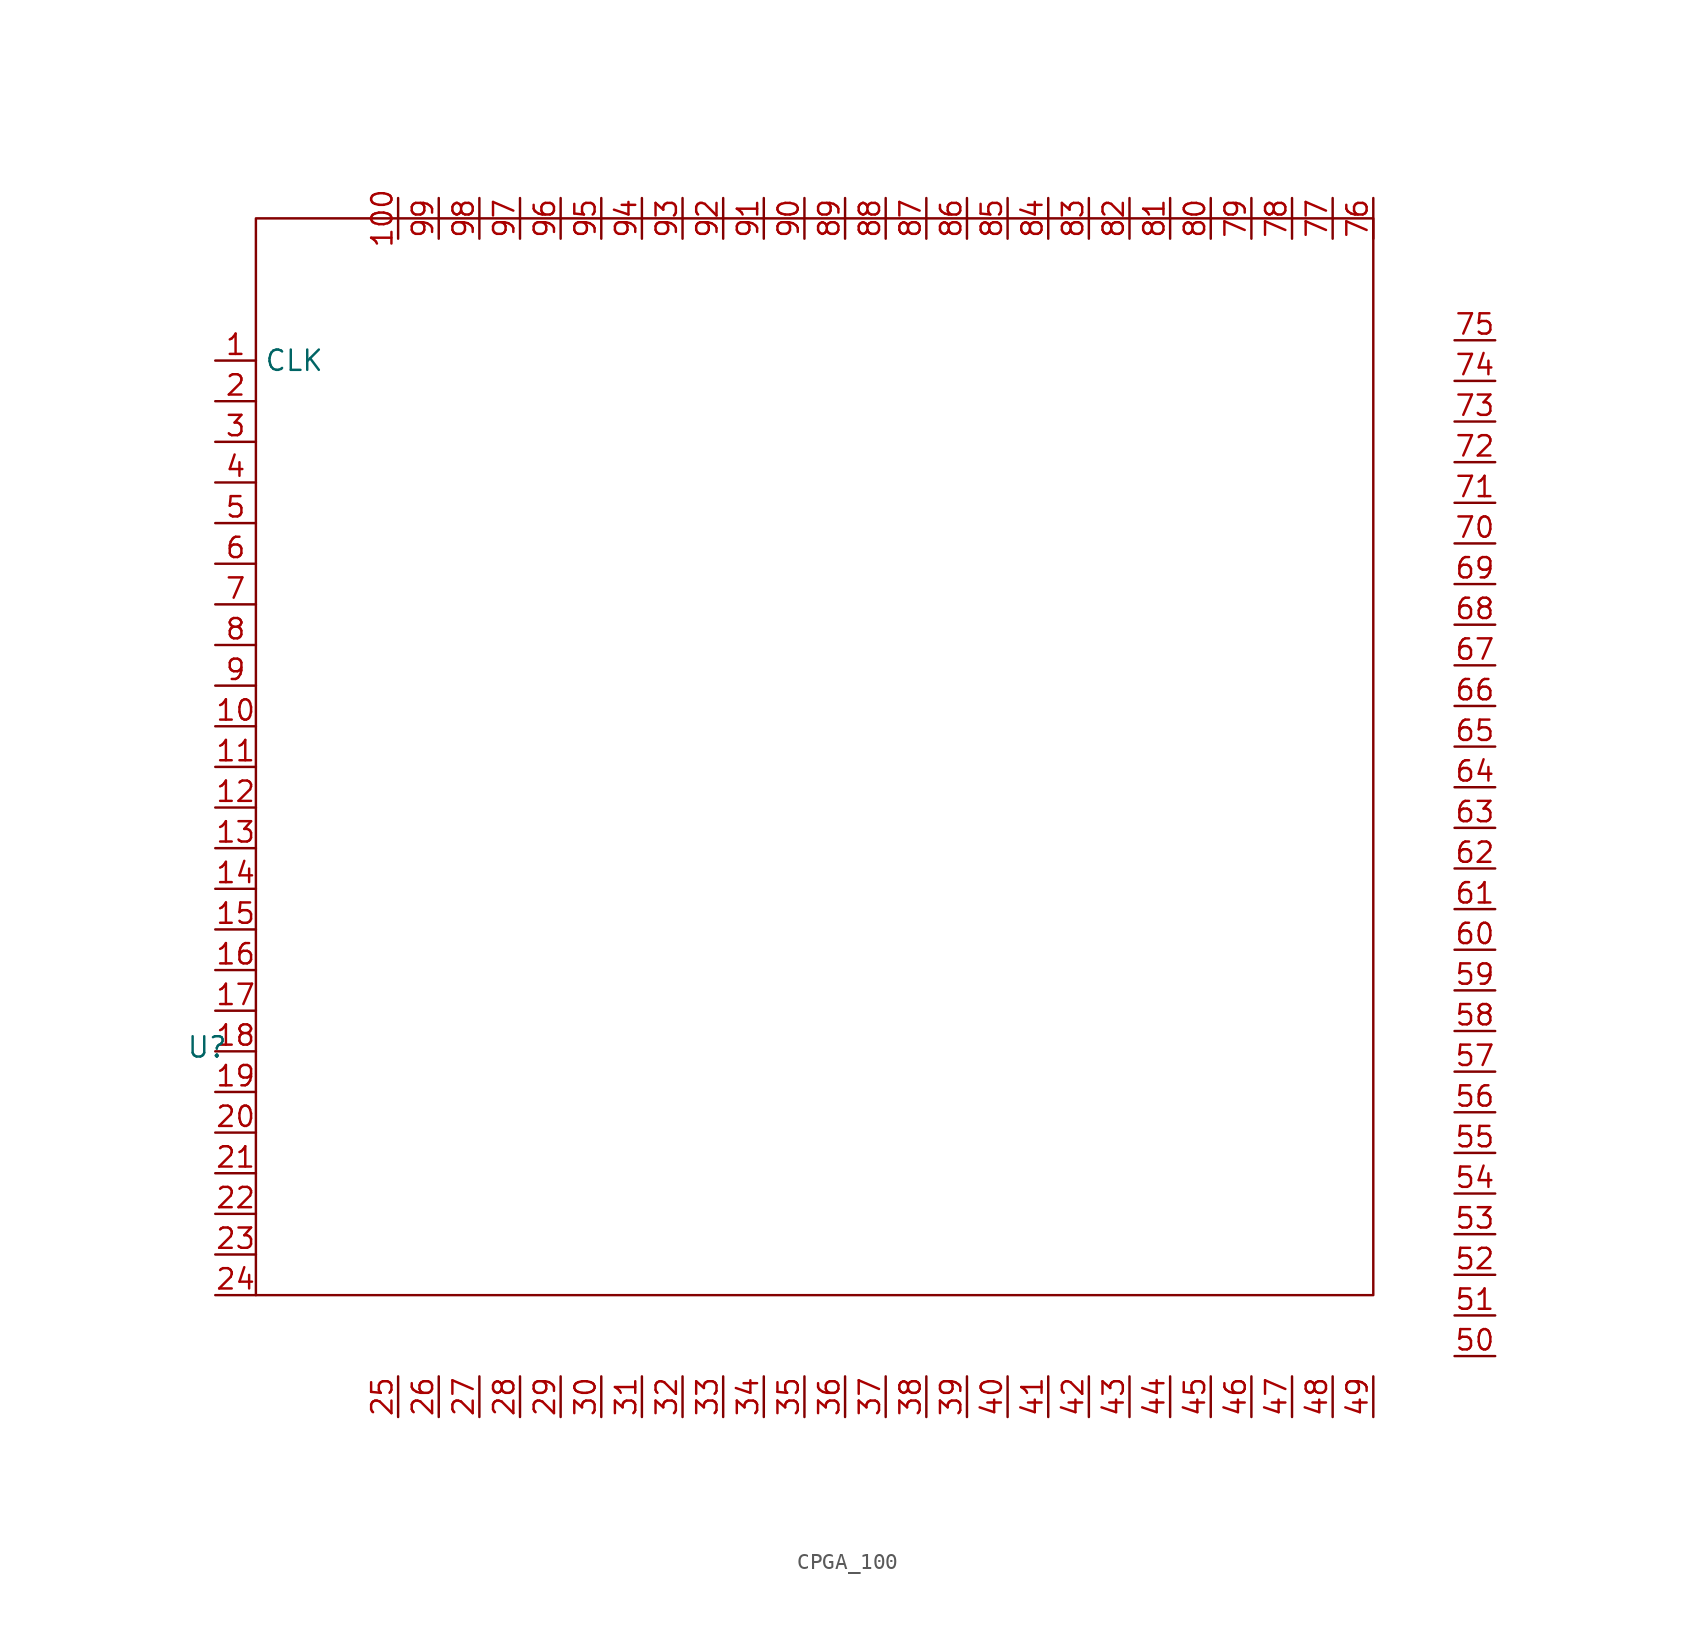
<source format=kicad_sym>
(kicad_symbol_lib
  (version 20241209)
  (generator "kicad_symbol_editor")
  (generator_version "9.0")
  (symbol "CPGA_100"
    (property "Reference" "U"
      (at -3.048 1.524 0)
      (effects (font (size 1.27 1.27))))
    (property "Value" ""
      (at 0 0 0)
      (effects (font (size 1.27 1.27))))
    (symbol "CPGA_100_0_1"
      (rectangle (start 0 53.34) (end 69.85 -13.97) (stroke (width 0) (type default)) (fill (type none))))
    (symbol "CPGA_100_1_1"
      (pin input line (at -2.54 44.45 0) (length 2.54) (name "CLK" (effects (font (size 1.27 1.27)))) (number "1" (effects (font (size 1.27 1.27)))))
      (pin input line (at -2.54 41.91 0) (length 2.54) (name "" (effects (font (size 1.27 1.27)))) (number "2" (effects (font (size 1.27 1.27)))))
      (pin input line (at -2.54 39.37 0) (length 2.54) (name "" (effects (font (size 1.27 1.27)))) (number "3" (effects (font (size 1.27 1.27)))))
      (pin input line (at -2.54 36.83 0) (length 2.54) (name "" (effects (font (size 1.27 1.27)))) (number "4" (effects (font (size 1.27 1.27)))))
      (pin input line (at -2.54 34.29 0) (length 2.54) (name "" (effects (font (size 1.27 1.27)))) (number "5" (effects (font (size 1.27 1.27)))))
      (pin input line (at -2.54 31.75 0) (length 2.54) (name "" (effects (font (size 1.27 1.27)))) (number "6" (effects (font (size 1.27 1.27)))))
      (pin input line (at -2.54 29.21 0) (length 2.54) (name "" (effects (font (size 1.27 1.27)))) (number "7" (effects (font (size 1.27 1.27)))))
      (pin input line (at -2.54 26.67 0) (length 2.54) (name "" (effects (font (size 1.27 1.27)))) (number "8" (effects (font (size 1.27 1.27)))))
      (pin input line (at -2.54 24.13 0) (length 2.54) (name "" (effects (font (size 1.27 1.27)))) (number "9" (effects (font (size 1.27 1.27)))))
      (pin input line (at -2.54 21.59 0) (length 2.54) (name "" (effects (font (size 1.27 1.27)))) (number "10" (effects (font (size 1.27 1.27)))))
      (pin input line (at -2.54 19.05 0) (length 2.54) (name "" (effects (font (size 1.27 1.27)))) (number "11" (effects (font (size 1.27 1.27)))))
      (pin input line (at -2.54 16.51 0) (length 2.54) (name "" (effects (font (size 1.27 1.27)))) (number "12" (effects (font (size 1.27 1.27)))))
      (pin input line (at -2.54 13.97 0) (length 2.54) (name "" (effects (font (size 1.27 1.27)))) (number "13" (effects (font (size 1.27 1.27)))))
      (pin input line (at -2.54 11.43 0) (length 2.54) (name "" (effects (font (size 1.27 1.27)))) (number "14" (effects (font (size 1.27 1.27)))))
      (pin input line (at -2.54 8.89 0) (length 2.54) (name "" (effects (font (size 1.27 1.27)))) (number "15" (effects (font (size 1.27 1.27)))))
      (pin input line (at -2.54 6.35 0) (length 2.54) (name "" (effects (font (size 1.27 1.27)))) (number "16" (effects (font (size 1.27 1.27)))))
      (pin input line (at -2.54 3.81 0) (length 2.54) (name "" (effects (font (size 1.27 1.27)))) (number "17" (effects (font (size 1.27 1.27)))))
      (pin input line (at -2.54 1.27 0) (length 2.54) (name "" (effects (font (size 1.27 1.27)))) (number "18" (effects (font (size 1.27 1.27)))))
      (pin input line (at -2.54 -1.27 0) (length 2.54) (name "" (effects (font (size 1.27 1.27)))) (number "19" (effects (font (size 1.27 1.27)))))
      (pin input line (at -2.54 -3.81 0) (length 2.54) (name "" (effects (font (size 1.27 1.27)))) (number "20" (effects (font (size 1.27 1.27)))))
      (pin input line (at -2.54 -6.35 0) (length 2.54) (name "" (effects (font (size 1.27 1.27)))) (number "21" (effects (font (size 1.27 1.27)))))
      (pin input line (at -2.54 -8.89 0) (length 2.54) (name "" (effects (font (size 1.27 1.27)))) (number "22" (effects (font (size 1.27 1.27)))))
      (pin input line (at -2.54 -11.43 0) (length 2.54) (name "" (effects (font (size 1.27 1.27)))) (number "23" (effects (font (size 1.27 1.27)))))
      (pin input line (at -2.54 -13.97 0) (length 2.54) (name "" (effects (font (size 1.27 1.27)))) (number "24" (effects (font (size 1.27 1.27)))))
      (pin input line (at 8.89 54.61 270) (length 2.54) (name "" (effects (font (size 1.27 1.27)))) (number "100" (effects (font (size 1.27 1.27)))))
      (pin input line (at 8.89 -21.59 90) (length 2.54) (name "" (effects (font (size 1.27 1.27)))) (number "25" (effects (font (size 1.27 1.27)))))
      (pin input line (at 11.43 54.61 270) (length 2.54) (name "" (effects (font (size 1.27 1.27)))) (number "99" (effects (font (size 1.27 1.27)))))
      (pin input line (at 11.43 -21.59 90) (length 2.54) (name "" (effects (font (size 1.27 1.27)))) (number "26" (effects (font (size 1.27 1.27)))))
      (pin input line (at 13.97 54.61 270) (length 2.54) (name "" (effects (font (size 1.27 1.27)))) (number "98" (effects (font (size 1.27 1.27)))))
      (pin input line (at 13.97 -21.59 90) (length 2.54) (name "" (effects (font (size 1.27 1.27)))) (number "27" (effects (font (size 1.27 1.27)))))
      (pin input line (at 16.51 54.61 270) (length 2.54) (name "" (effects (font (size 1.27 1.27)))) (number "97" (effects (font (size 1.27 1.27)))))
      (pin input line (at 16.51 -21.59 90) (length 2.54) (name "" (effects (font (size 1.27 1.27)))) (number "28" (effects (font (size 1.27 1.27)))))
      (pin input line (at 19.05 54.61 270) (length 2.54) (name "" (effects (font (size 1.27 1.27)))) (number "96" (effects (font (size 1.27 1.27)))))
      (pin input line (at 19.05 -21.59 90) (length 2.54) (name "" (effects (font (size 1.27 1.27)))) (number "29" (effects (font (size 1.27 1.27)))))
      (pin input line (at 21.59 54.61 270) (length 2.54) (name "" (effects (font (size 1.27 1.27)))) (number "95" (effects (font (size 1.27 1.27)))))
      (pin input line (at 21.59 -21.59 90) (length 2.54) (name "" (effects (font (size 1.27 1.27)))) (number "30" (effects (font (size 1.27 1.27)))))
      (pin input line (at 24.13 54.61 270) (length 2.54) (name "" (effects (font (size 1.27 1.27)))) (number "94" (effects (font (size 1.27 1.27)))))
      (pin input line (at 24.13 -21.59 90) (length 2.54) (name "" (effects (font (size 1.27 1.27)))) (number "31" (effects (font (size 1.27 1.27)))))
      (pin input line (at 26.67 54.61 270) (length 2.54) (name "" (effects (font (size 1.27 1.27)))) (number "93" (effects (font (size 1.27 1.27)))))
      (pin input line (at 26.67 -21.59 90) (length 2.54) (name "" (effects (font (size 1.27 1.27)))) (number "32" (effects (font (size 1.27 1.27)))))
      (pin input line (at 29.21 54.61 270) (length 2.54) (name "" (effects (font (size 1.27 1.27)))) (number "92" (effects (font (size 1.27 1.27)))))
      (pin input line (at 29.21 -21.59 90) (length 2.54) (name "" (effects (font (size 1.27 1.27)))) (number "33" (effects (font (size 1.27 1.27)))))
      (pin input line (at 31.75 54.61 270) (length 2.54) (name "" (effects (font (size 1.27 1.27)))) (number "91" (effects (font (size 1.27 1.27)))))
      (pin input line (at 31.75 -21.59 90) (length 2.54) (name "" (effects (font (size 1.27 1.27)))) (number "34" (effects (font (size 1.27 1.27)))))
      (pin input line (at 34.29 54.61 270) (length 2.54) (name "" (effects (font (size 1.27 1.27)))) (number "90" (effects (font (size 1.27 1.27)))))
      (pin input line (at 34.29 -21.59 90) (length 2.54) (name "" (effects (font (size 1.27 1.27)))) (number "35" (effects (font (size 1.27 1.27)))))
      (pin input line (at 36.83 54.61 270) (length 2.54) (name "" (effects (font (size 1.27 1.27)))) (number "89" (effects (font (size 1.27 1.27)))))
      (pin input line (at 36.83 -21.59 90) (length 2.54) (name "" (effects (font (size 1.27 1.27)))) (number "36" (effects (font (size 1.27 1.27)))))
      (pin input line (at 39.37 54.61 270) (length 2.54) (name "" (effects (font (size 1.27 1.27)))) (number "88" (effects (font (size 1.27 1.27)))))
      (pin input line (at 39.37 -21.59 90) (length 2.54) (name "" (effects (font (size 1.27 1.27)))) (number "37" (effects (font (size 1.27 1.27)))))
      (pin input line (at 41.91 54.61 270) (length 2.54) (name "" (effects (font (size 1.27 1.27)))) (number "87" (effects (font (size 1.27 1.27)))))
      (pin input line (at 41.91 -21.59 90) (length 2.54) (name "" (effects (font (size 1.27 1.27)))) (number "38" (effects (font (size 1.27 1.27)))))
      (pin input line (at 44.45 54.61 270) (length 2.54) (name "" (effects (font (size 1.27 1.27)))) (number "86" (effects (font (size 1.27 1.27)))))
      (pin input line (at 44.45 -21.59 90) (length 2.54) (name "" (effects (font (size 1.27 1.27)))) (number "39" (effects (font (size 1.27 1.27)))))
      (pin input line (at 46.99 54.61 270) (length 2.54) (name "" (effects (font (size 1.27 1.27)))) (number "85" (effects (font (size 1.27 1.27)))))
      (pin input line (at 46.99 -21.59 90) (length 2.54) (name "" (effects (font (size 1.27 1.27)))) (number "40" (effects (font (size 1.27 1.27)))))
      (pin input line (at 49.53 54.61 270) (length 2.54) (name "" (effects (font (size 1.27 1.27)))) (number "84" (effects (font (size 1.27 1.27)))))
      (pin input line (at 49.53 -21.59 90) (length 2.54) (name "" (effects (font (size 1.27 1.27)))) (number "41" (effects (font (size 1.27 1.27)))))
      (pin input line (at 52.07 54.61 270) (length 2.54) (name "" (effects (font (size 1.27 1.27)))) (number "83" (effects (font (size 1.27 1.27)))))
      (pin input line (at 52.07 -21.59 90) (length 2.54) (name "" (effects (font (size 1.27 1.27)))) (number "42" (effects (font (size 1.27 1.27)))))
      (pin input line (at 54.61 54.61 270) (length 2.54) (name "" (effects (font (size 1.27 1.27)))) (number "82" (effects (font (size 1.27 1.27)))))
      (pin input line (at 54.61 -21.59 90) (length 2.54) (name "" (effects (font (size 1.27 1.27)))) (number "43" (effects (font (size 1.27 1.27)))))
      (pin input line (at 57.15 54.61 270) (length 2.54) (name "" (effects (font (size 1.27 1.27)))) (number "81" (effects (font (size 1.27 1.27)))))
      (pin input line (at 57.15 -21.59 90) (length 2.54) (name "" (effects (font (size 1.27 1.27)))) (number "44" (effects (font (size 1.27 1.27)))))
      (pin input line (at 59.69 54.61 270) (length 2.54) (name "" (effects (font (size 1.27 1.27)))) (number "80" (effects (font (size 1.27 1.27)))))
      (pin input line (at 59.69 -21.59 90) (length 2.54) (name "" (effects (font (size 1.27 1.27)))) (number "45" (effects (font (size 1.27 1.27)))))
      (pin input line (at 62.23 54.61 270) (length 2.54) (name "" (effects (font (size 1.27 1.27)))) (number "79" (effects (font (size 1.27 1.27)))))
      (pin input line (at 62.23 -21.59 90) (length 2.54) (name "" (effects (font (size 1.27 1.27)))) (number "46" (effects (font (size 1.27 1.27)))))
      (pin input line (at 64.77 54.61 270) (length 2.54) (name "" (effects (font (size 1.27 1.27)))) (number "78" (effects (font (size 1.27 1.27)))))
      (pin input line (at 64.77 -21.59 90) (length 2.54) (name "" (effects (font (size 1.27 1.27)))) (number "47" (effects (font (size 1.27 1.27)))))
      (pin input line (at 67.31 54.61 270) (length 2.54) (name "" (effects (font (size 1.27 1.27)))) (number "77" (effects (font (size 1.27 1.27)))))
      (pin input line (at 67.31 -21.59 90) (length 2.54) (name "" (effects (font (size 1.27 1.27)))) (number "48" (effects (font (size 1.27 1.27)))))
      (pin input line (at 69.85 54.61 270) (length 2.54) (name "" (effects (font (size 1.27 1.27)))) (number "76" (effects (font (size 1.27 1.27)))))
      (pin input line (at 69.85 -21.59 90) (length 2.54) (name "" (effects (font (size 1.27 1.27)))) (number "49" (effects (font (size 1.27 1.27)))))
      (pin input line (at 77.47 45.72 180) (length 2.54) (name "" (effects (font (size 1.27 1.27)))) (number "75" (effects (font (size 1.27 1.27)))))
      (pin input line (at 77.47 43.18 180) (length 2.54) (name "" (effects (font (size 1.27 1.27)))) (number "74" (effects (font (size 1.27 1.27)))))
      (pin input line (at 77.47 40.64 180) (length 2.54) (name "" (effects (font (size 1.27 1.27)))) (number "73" (effects (font (size 1.27 1.27)))))
      (pin input line (at 77.47 38.1 180) (length 2.54) (name "" (effects (font (size 1.27 1.27)))) (number "72" (effects (font (size 1.27 1.27)))))
      (pin input line (at 77.47 35.56 180) (length 2.54) (name "" (effects (font (size 1.27 1.27)))) (number "71" (effects (font (size 1.27 1.27)))))
      (pin input line (at 77.47 33.02 180) (length 2.54) (name "" (effects (font (size 1.27 1.27)))) (number "70" (effects (font (size 1.27 1.27)))))
      (pin input line (at 77.47 30.48 180) (length 2.54) (name "" (effects (font (size 1.27 1.27)))) (number "69" (effects (font (size 1.27 1.27)))))
      (pin input line (at 77.47 27.94 180) (length 2.54) (name "" (effects (font (size 1.27 1.27)))) (number "68" (effects (font (size 1.27 1.27)))))
      (pin input line (at 77.47 25.4 180) (length 2.54) (name "" (effects (font (size 1.27 1.27)))) (number "67" (effects (font (size 1.27 1.27)))))
      (pin input line (at 77.47 22.86 180) (length 2.54) (name "" (effects (font (size 1.27 1.27)))) (number "66" (effects (font (size 1.27 1.27)))))
      (pin input line (at 77.47 20.32 180) (length 2.54) (name "" (effects (font (size 1.27 1.27)))) (number "65" (effects (font (size 1.27 1.27)))))
      (pin input line (at 77.47 17.78 180) (length 2.54) (name "" (effects (font (size 1.27 1.27)))) (number "64" (effects (font (size 1.27 1.27)))))
      (pin input line (at 77.47 15.24 180) (length 2.54) (name "" (effects (font (size 1.27 1.27)))) (number "63" (effects (font (size 1.27 1.27)))))
      (pin input line (at 77.47 12.7 180) (length 2.54) (name "" (effects (font (size 1.27 1.27)))) (number "62" (effects (font (size 1.27 1.27)))))
      (pin input line (at 77.47 10.16 180) (length 2.54) (name "" (effects (font (size 1.27 1.27)))) (number "61" (effects (font (size 1.27 1.27)))))
      (pin input line (at 77.47 7.62 180) (length 2.54) (name "" (effects (font (size 1.27 1.27)))) (number "60" (effects (font (size 1.27 1.27)))))
      (pin input line (at 77.47 5.08 180) (length 2.54) (name "" (effects (font (size 1.27 1.27)))) (number "59" (effects (font (size 1.27 1.27)))))
      (pin input line (at 77.47 2.54 180) (length 2.54) (name "" (effects (font (size 1.27 1.27)))) (number "58" (effects (font (size 1.27 1.27)))))
      (pin input line (at 77.47 0 180) (length 2.54) (name "" (effects (font (size 1.27 1.27)))) (number "57" (effects (font (size 1.27 1.27)))))
      (pin input line (at 77.47 -2.54 180) (length 2.54) (name "" (effects (font (size 1.27 1.27)))) (number "56" (effects (font (size 1.27 1.27)))))
      (pin input line (at 77.47 -5.08 180) (length 2.54) (name "" (effects (font (size 1.27 1.27)))) (number "55" (effects (font (size 1.27 1.27)))))
      (pin input line (at 77.47 -7.62 180) (length 2.54) (name "" (effects (font (size 1.27 1.27)))) (number "54" (effects (font (size 1.27 1.27)))))
      (pin input line (at 77.47 -10.16 180) (length 2.54) (name "" (effects (font (size 1.27 1.27)))) (number "53" (effects (font (size 1.27 1.27)))))
      (pin input line (at 77.47 -12.7 180) (length 2.54) (name "" (effects (font (size 1.27 1.27)))) (number "52" (effects (font (size 1.27 1.27)))))
      (pin input line (at 77.47 -15.24 180) (length 2.54) (name "" (effects (font (size 1.27 1.27)))) (number "51" (effects (font (size 1.27 1.27)))))
      (pin input line (at 77.47 -17.78 180) (length 2.54) (name "" (effects (font (size 1.27 1.27)))) (number "50" (effects (font (size 1.27 1.27))))))))
</source>
